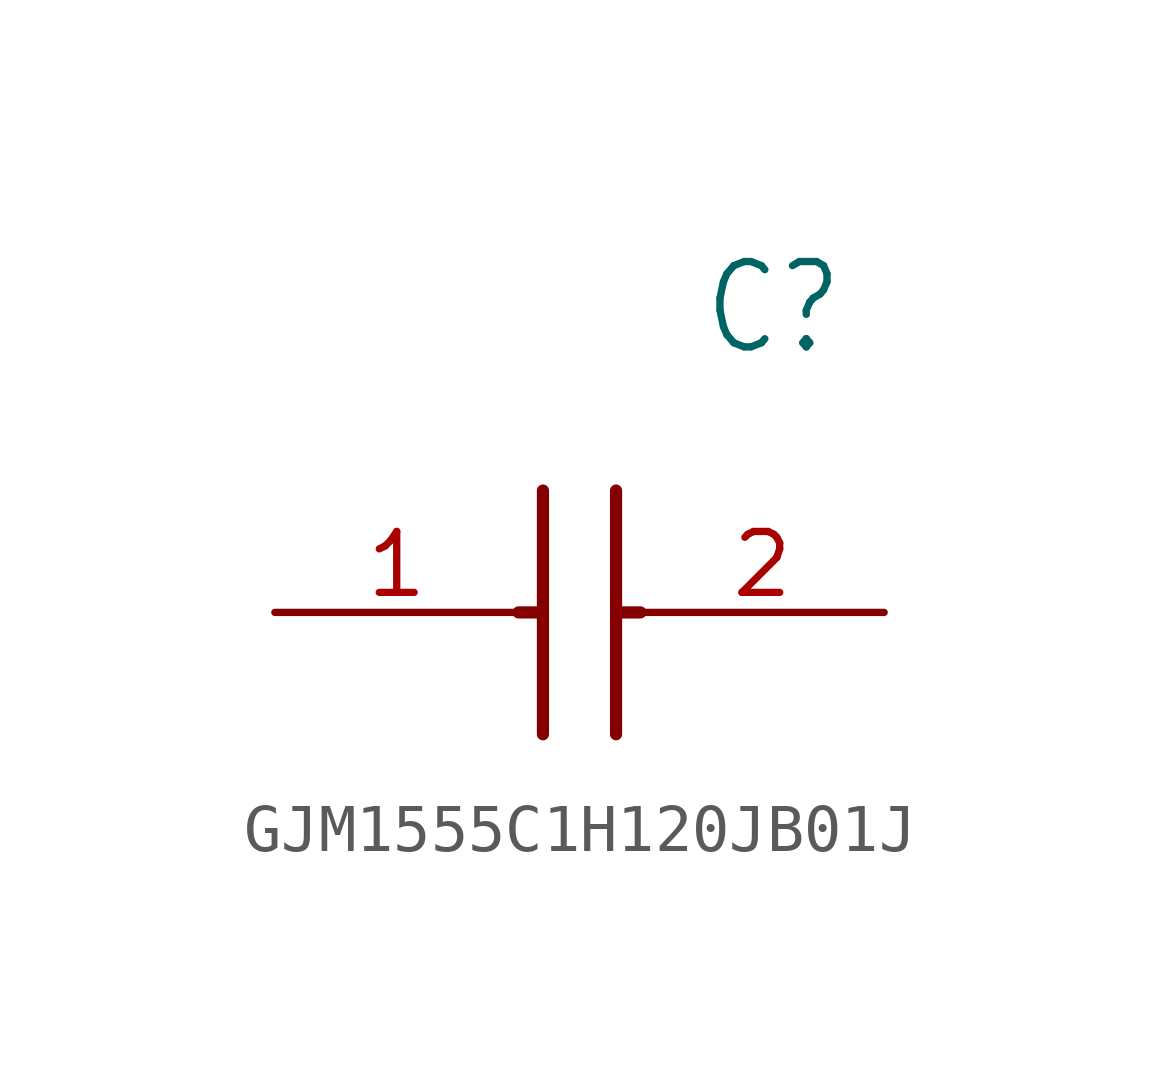
<source format=kicad_sym>
(kicad_symbol_lib
  (version 20220914)
  (generator kicad_symbol_editor)
  (symbol "GJM1555C1H120JB01J"
    (property "Reference" "C"
      (at 8.89 6.35 0)
      (effects (font (size 1.778 1.511)) (justify left)))
    (property "Value" ""
      (at 8.89 3.81 0)
      (effects (font (size 1.778 1.511)) (justify left)))
    (property "ki_locked" ""
      (at 0 0 0)
      (effects (font (size 1.27 1.27))))
    (symbol "GJM1555C1H120JB01J_1_0"
      (polyline (pts (xy 5.08 0) (xy 5.588 0)) (stroke (width 0.254) (type solid)) (fill (type none)))
      (polyline (pts (xy 5.588 2.54) (xy 5.588 -2.54)) (stroke (width 0.254) (type solid)) (fill (type none)))
      (polyline (pts (xy 7.112 0) (xy 7.62 0)) (stroke (width 0.254) (type solid)) (fill (type none)))
      (polyline (pts (xy 7.112 2.54) (xy 7.112 -2.54)) (stroke (width 0.254) (type solid)) (fill (type none)))
      (pin bidirectional line (at 0 0 0) (length 5.08) (name "1" (effects (font (size 0 0)))) (number "1" (effects (font (size 1.27 1.27)))))
      (pin bidirectional line (at 12.7 0 180) (length 5.08) (name "2" (effects (font (size 0 0)))) (number "2" (effects (font (size 1.27 1.27))))))))
</source>
